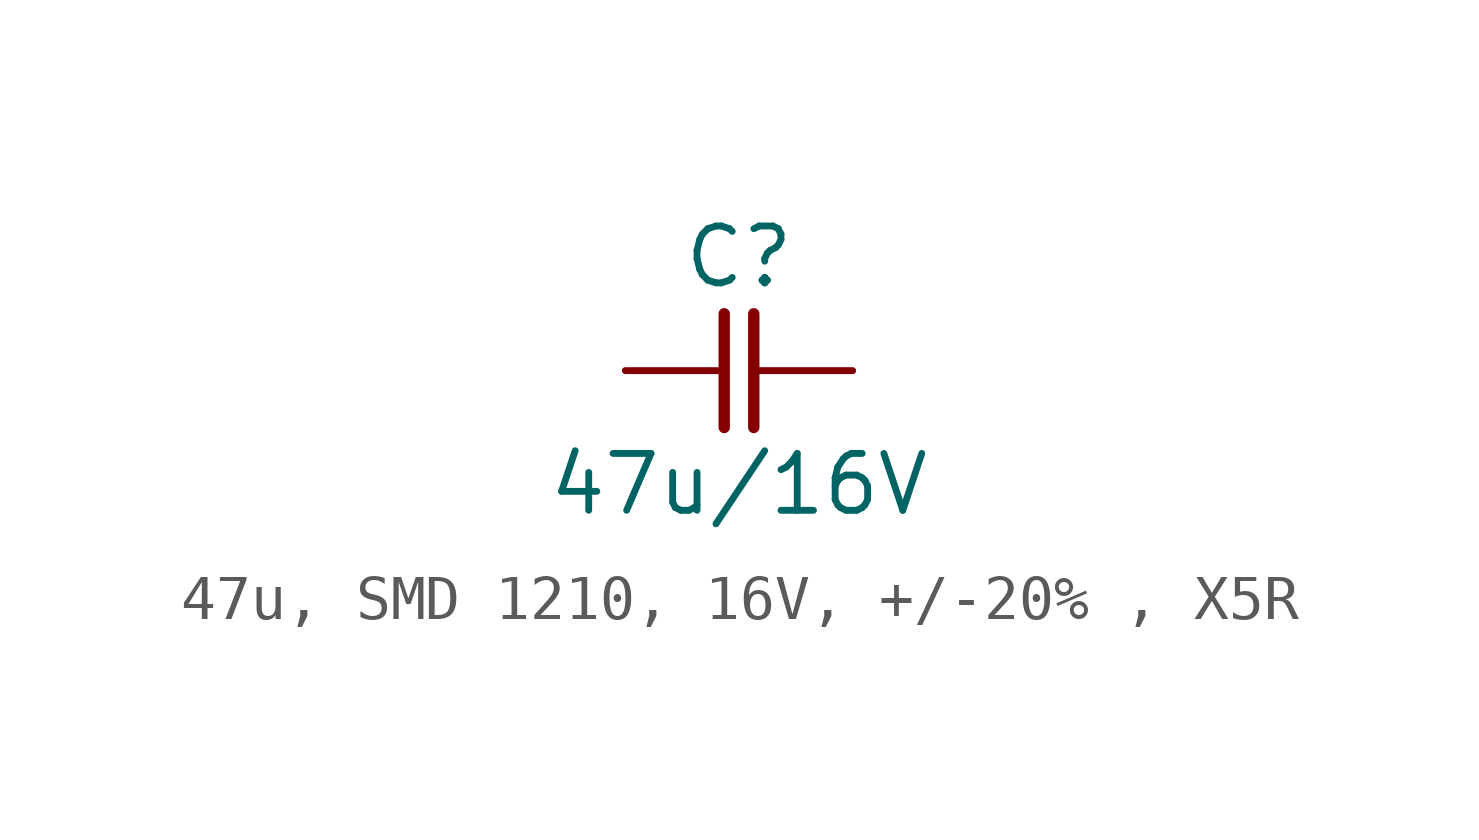
<source format=kicad_sym>
(kicad_symbol_lib
  (version 20231120)
  (generator "kicad_symbol_editor")
  (generator_version "8.0")
  (symbol "47u, SMD 1210, 16V, +/-20% , X5R"
    (pin_numbers hide)
    (pin_names
      (offset 0) hide)
    (property "Reference" "C"
      (at 0 2.54 0)
      (effects (font (size 1.27 1.27))))
    (property "Value" "47u/16V"
      (at 0 -2.54 0)
      (effects (font (size 1.27 1.27))))
    (symbol "47u, SMD 1210, 16V, +/-20% , X5R_0_1"
      (polyline (pts (xy -0.33 1.27) (xy -0.33 -1.27)) (stroke (width 0.254) (type default)) (fill (type none)))
      (polyline (pts (xy 0.33 1.27) (xy 0.33 -1.27)) (stroke (width 0.254) (type default)) (fill (type none))))
    (symbol "47u, SMD 1210, 16V, +/-20% , X5R_1_1"
      (pin passive line (at -2.54 0 0) (length 2.21) (name "1" (effects (font (size 1.27 1.27)))) (number "1" (effects (font (size 1.27 1.27)))))
      (pin passive line (at 2.54 0 180) (length 2.21) (name "2" (effects (font (size 1.27 1.27)))) (number "2" (effects (font (size 1.27 1.27))))))))
</source>
